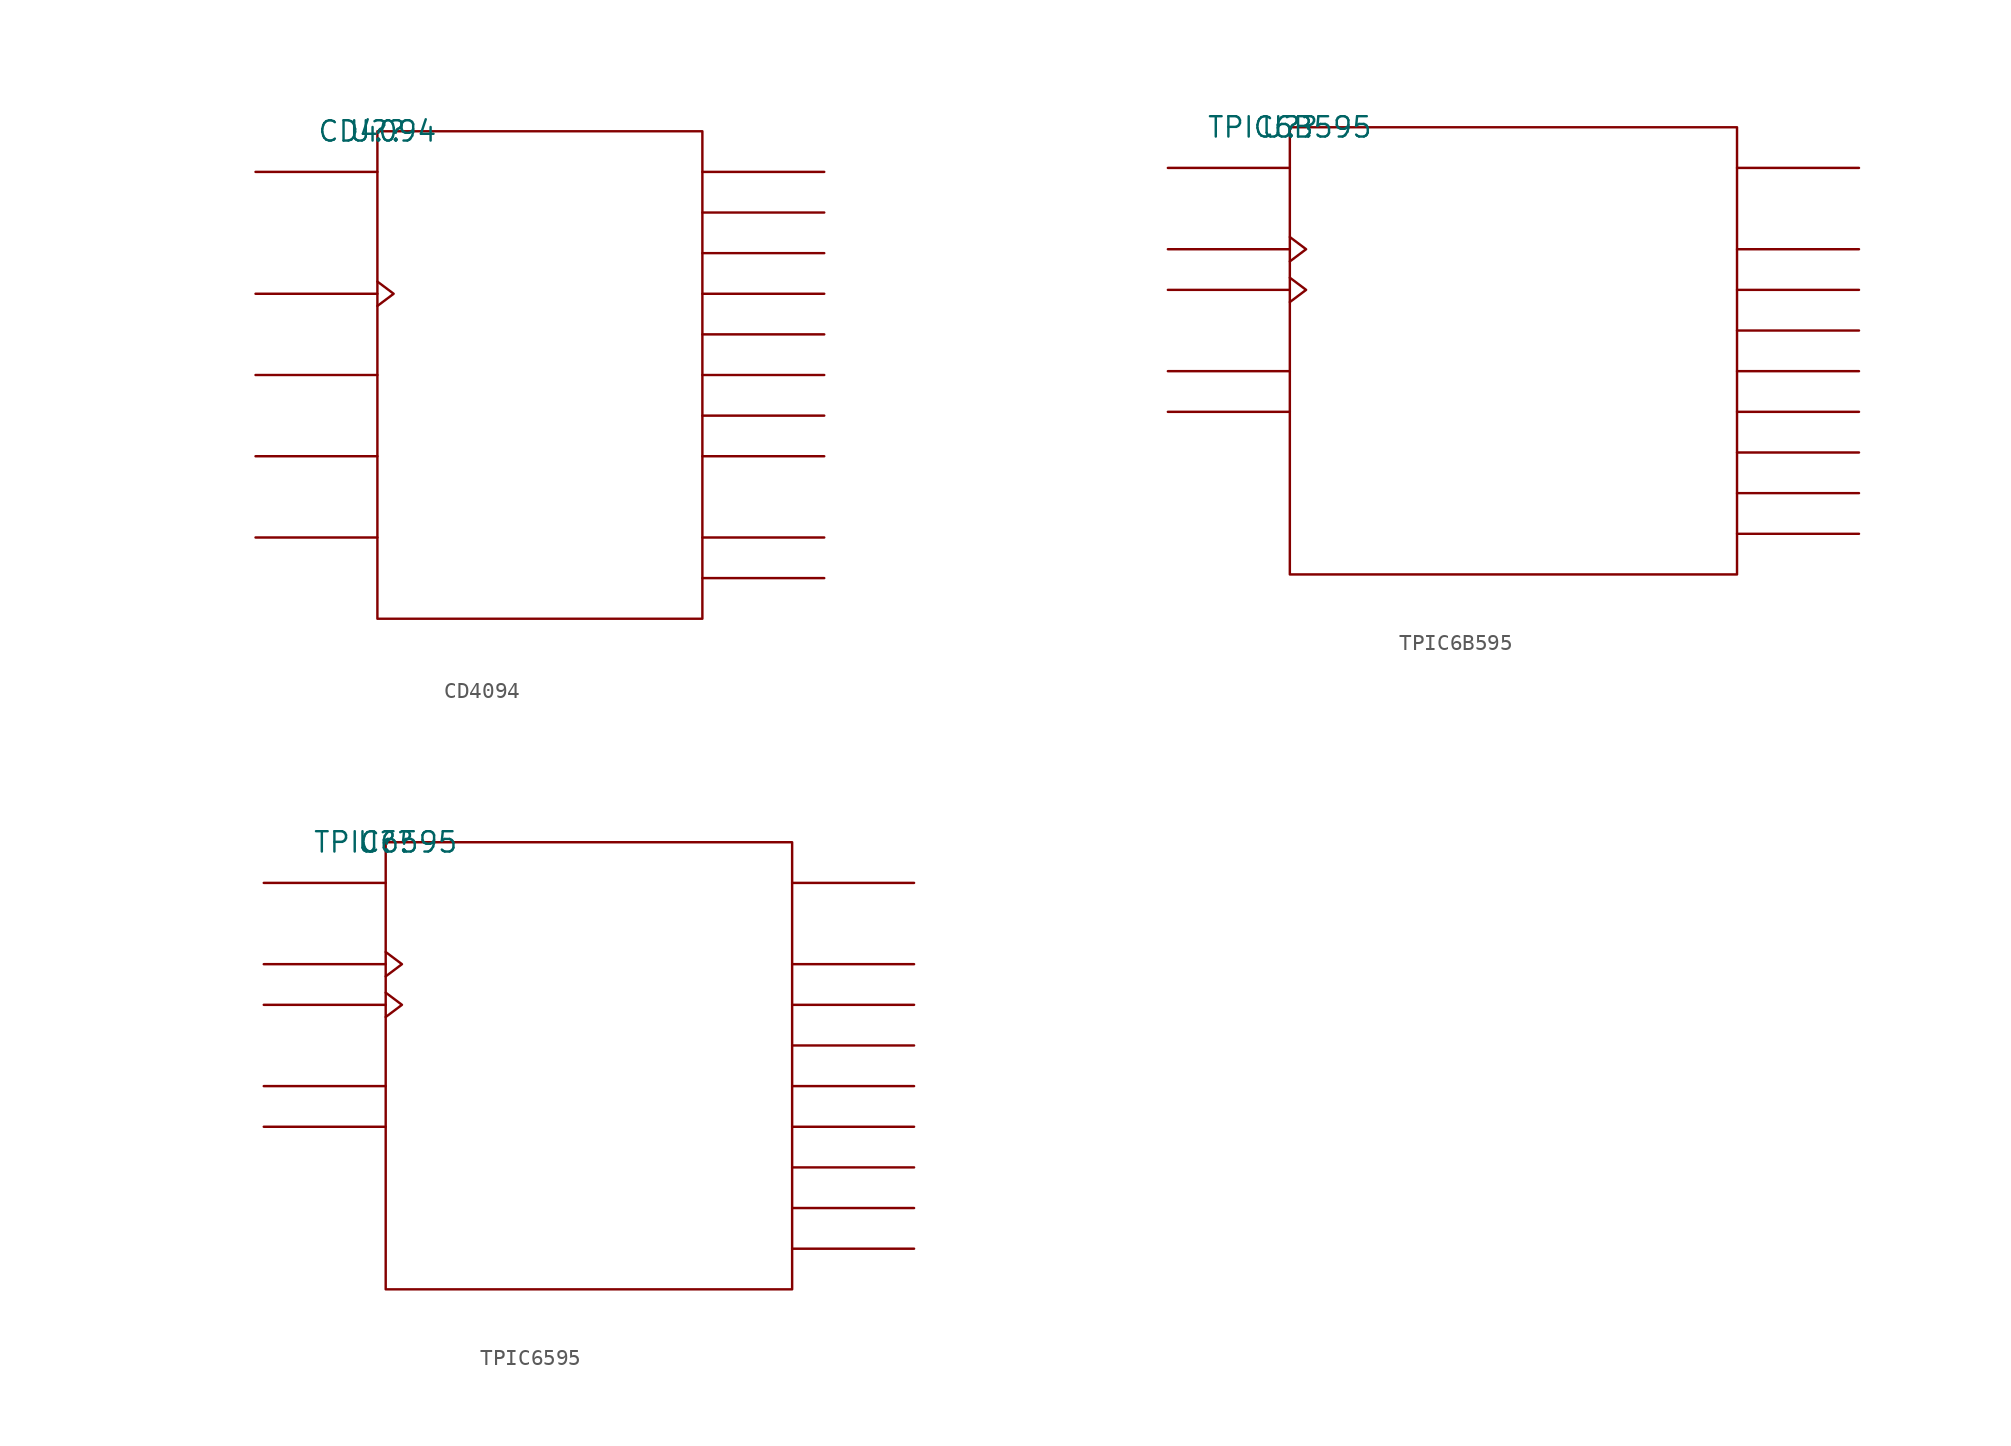
<source format=kicad_sym>
(kicad_symbol_lib
  (version 20211014)
  (generator kicad_symbol_editor)
  (symbol "CD4094"
    (pin_names
      (offset 0.762))
    (property "Reference" "U?"
      (at 0 0 0)
      (effects (font (size 1.27 1.27))))
    (property "Value" "CD4094"
      (at 0 0 0)
      (effects (font (size 1.27 1.27))))
    (symbol "CD4094_0_1"
      (rectangle (start 0 -30.48) (end 20.32 0) (stroke (width 0) (type default) (color 0 0 0 0)) (fill (type none)))
      (polyline (pts (xy 0 -25.4) (xy -7.62 -25.4)) (stroke (width 0) (type default) (color 0 0 0 0)) (fill (type none)))
      (polyline (pts (xy 0 -20.32) (xy -7.62 -20.32)) (stroke (width 0) (type default) (color 0 0 0 0)) (fill (type none)))
      (polyline (pts (xy 0 -15.24) (xy -7.62 -15.24)) (stroke (width 0) (type default) (color 0 0 0 0)) (fill (type none)))
      (polyline (pts (xy 0 -10.16) (xy -7.62 -10.16)) (stroke (width 0) (type default) (color 0 0 0 0)) (fill (type none)))
      (polyline (pts (xy 0 -2.54) (xy -7.62 -2.54)) (stroke (width 0) (type default) (color 0 0 0 0)) (fill (type none)))
      (polyline (pts (xy 20.32 -27.94) (xy 27.94 -27.94)) (stroke (width 0) (type default) (color 0 0 0 0)) (fill (type none)))
      (polyline (pts (xy 20.32 -25.4) (xy 27.94 -25.4)) (stroke (width 0) (type default) (color 0 0 0 0)) (fill (type none)))
      (polyline (pts (xy 20.32 -20.32) (xy 27.94 -20.32)) (stroke (width 0) (type default) (color 0 0 0 0)) (fill (type none)))
      (polyline (pts (xy 20.32 -17.78) (xy 27.94 -17.78)) (stroke (width 0) (type default) (color 0 0 0 0)) (fill (type none)))
      (polyline (pts (xy 20.32 -15.24) (xy 27.94 -15.24)) (stroke (width 0) (type default) (color 0 0 0 0)) (fill (type none)))
      (polyline (pts (xy 20.32 -12.7) (xy 27.94 -12.7)) (stroke (width 0) (type default) (color 0 0 0 0)) (fill (type none)))
      (polyline (pts (xy 20.32 -10.16) (xy 27.94 -10.16)) (stroke (width 0) (type default) (color 0 0 0 0)) (fill (type none)))
      (polyline (pts (xy 20.32 -7.62) (xy 27.94 -7.62)) (stroke (width 0) (type default) (color 0 0 0 0)) (fill (type none)))
      (polyline (pts (xy 20.32 -5.08) (xy 27.94 -5.08)) (stroke (width 0) (type default) (color 0 0 0 0)) (fill (type none)))
      (polyline (pts (xy 20.32 -2.54) (xy 27.94 -2.54)) (stroke (width 0) (type default) (color 0 0 0 0)) (fill (type none)))
      (polyline (pts (xy 0 -9.398) (xy 1.016 -10.16) (xy 0 -10.922)) (stroke (width 0) (type default) (color 0 0 0 0)) (fill (type none))))
    (symbol "CD4094_1_1"
      (pin unspecified line (at -7.62 -15.24 0) (length 7.62) hide (name "STROBE" (effects (font (size 1.245 1.245)))) (number "1" (effects (font (size 1.245 1.245)))))
      (pin unspecified line (at 27.94 -27.94 180) (length 7.62) hide (name "Q'S" (effects (font (size 1.245 1.245)))) (number "10" (effects (font (size 1.245 1.245)))))
      (pin unspecified line (at 27.94 -20.32 180) (length 7.62) hide (name "Q8" (effects (font (size 1.245 1.245)))) (number "11" (effects (font (size 1.245 1.245)))))
      (pin unspecified line (at 27.94 -17.78 180) (length 7.62) hide (name "Q7" (effects (font (size 1.245 1.245)))) (number "12" (effects (font (size 1.245 1.245)))))
      (pin unspecified line (at 27.94 -15.24 180) (length 7.62) hide (name "Q6" (effects (font (size 1.245 1.245)))) (number "13" (effects (font (size 1.245 1.245)))))
      (pin unspecified line (at 27.94 -12.7 180) (length 7.62) hide (name "Q5" (effects (font (size 1.245 1.245)))) (number "14" (effects (font (size 1.245 1.245)))))
      (pin unspecified line (at -7.62 -20.32 0) (length 7.62) hide (name "OE" (effects (font (size 1.245 1.245)))) (number "15" (effects (font (size 1.245 1.245)))))
      (pin power_in line (at -7.62 -25.4 0) (length 7.62) hide (name "VDD" (effects (font (size 1.245 1.245)))) (number "16" (effects (font (size 1.245 1.245)))))
      (pin unspecified line (at -7.62 -2.54 0) (length 7.62) hide (name "DATA" (effects (font (size 1.245 1.245)))) (number "2" (effects (font (size 1.245 1.245)))))
      (pin unspecified line (at -7.62 -10.16 180) (length 7.62) hide (name "CLK" (effects (font (size 1.245 1.245)))) (number "3" (effects (font (size 1.245 1.245)))))
      (pin unspecified line (at 27.94 -2.54 180) (length 7.62) hide (name "Q1" (effects (font (size 1.245 1.245)))) (number "4" (effects (font (size 1.245 1.245)))))
      (pin unspecified line (at 27.94 -5.08 180) (length 7.62) hide (name "Q2" (effects (font (size 1.245 1.245)))) (number "5" (effects (font (size 1.245 1.245)))))
      (pin unspecified line (at 27.94 -7.62 180) (length 7.62) hide (name "Q3" (effects (font (size 1.245 1.245)))) (number "6" (effects (font (size 1.245 1.245)))))
      (pin unspecified line (at 27.94 -10.16 180) (length 7.62) hide (name "Q4" (effects (font (size 1.245 1.245)))) (number "7" (effects (font (size 1.245 1.245)))))
      (pin power_in line (at 12.7 -30.48 0) (length 7.62) hide (name "GND" (effects (font (size 1.245 1.245)))) (number "8" (effects (font (size 1.245 1.245)))))
      (pin unspecified line (at 27.94 -25.4 180) (length 7.62) hide (name "QS" (effects (font (size 1.245 1.245)))) (number "9" (effects (font (size 1.245 1.245)))))))
  (symbol "TPIC6B595"
    (pin_names
      (offset 0.762))
    (property "Reference" "U?"
      (at 0 0 0)
      (effects (font (size 1.27 1.27))))
    (property "Value" "TPIC6B595"
      (at 0 0 0)
      (effects (font (size 1.27 1.27))))
    (symbol "TPIC6B595_0_1"
      (rectangle (start 0 -27.94) (end 27.94 0) (stroke (width 0) (type default) (color 0 0 0 0)) (fill (type none)))
      (polyline (pts (xy 0 -17.78) (xy -7.62 -17.78)) (stroke (width 0) (type default) (color 0 0 0 0)) (fill (type none)))
      (polyline (pts (xy 0 -15.24) (xy -7.62 -15.24)) (stroke (width 0) (type default) (color 0 0 0 0)) (fill (type none)))
      (polyline (pts (xy 0 -10.16) (xy -7.62 -10.16)) (stroke (width 0) (type default) (color 0 0 0 0)) (fill (type none)))
      (polyline (pts (xy 0 -7.62) (xy -7.62 -7.62)) (stroke (width 0) (type default) (color 0 0 0 0)) (fill (type none)))
      (polyline (pts (xy 0 -2.54) (xy -7.62 -2.54)) (stroke (width 0) (type default) (color 0 0 0 0)) (fill (type none)))
      (polyline (pts (xy 27.94 -25.4) (xy 35.56 -25.4)) (stroke (width 0) (type default) (color 0 0 0 0)) (fill (type none)))
      (polyline (pts (xy 27.94 -22.86) (xy 35.56 -22.86)) (stroke (width 0) (type default) (color 0 0 0 0)) (fill (type none)))
      (polyline (pts (xy 27.94 -20.32) (xy 35.56 -20.32)) (stroke (width 0) (type default) (color 0 0 0 0)) (fill (type none)))
      (polyline (pts (xy 27.94 -17.78) (xy 35.56 -17.78)) (stroke (width 0) (type default) (color 0 0 0 0)) (fill (type none)))
      (polyline (pts (xy 27.94 -15.24) (xy 35.56 -15.24)) (stroke (width 0) (type default) (color 0 0 0 0)) (fill (type none)))
      (polyline (pts (xy 27.94 -12.7) (xy 35.56 -12.7)) (stroke (width 0) (type default) (color 0 0 0 0)) (fill (type none)))
      (polyline (pts (xy 27.94 -10.16) (xy 35.56 -10.16)) (stroke (width 0) (type default) (color 0 0 0 0)) (fill (type none)))
      (polyline (pts (xy 27.94 -7.62) (xy 35.56 -7.62)) (stroke (width 0) (type default) (color 0 0 0 0)) (fill (type none)))
      (polyline (pts (xy 27.94 -2.54) (xy 35.56 -2.54)) (stroke (width 0) (type default) (color 0 0 0 0)) (fill (type none)))
      (polyline (pts (xy 0 -9.398) (xy 1.016 -10.16) (xy 0 -10.922)) (stroke (width 0) (type default) (color 0 0 0 0)) (fill (type none)))
      (polyline (pts (xy 0 -6.858) (xy 1.016 -7.62) (xy 0 -8.382)) (stroke (width 0) (type default) (color 0 0 0 0)) (fill (type none))))
    (symbol "TPIC6B595_1_1"
      (pin power_in line (at 5.08 -27.94 180) (length 7.62) hide (name "GND" (effects (font (size 1.245 1.245)))) (number "10" (effects (font (size 1.245 1.245)))))
      (pin power_in line (at 7.62 -27.94 180) (length 7.62) hide (name "GND" (effects (font (size 1.245 1.245)))) (number "11" (effects (font (size 1.245 1.245)))))
      (pin unspecified line (at -7.62 -7.62 180) (length 7.62) hide (name "RCLK" (effects (font (size 1.245 1.245)))) (number "12" (effects (font (size 1.245 1.245)))))
      (pin unspecified line (at -7.62 -10.16 180) (length 7.62) hide (name "SRCLK" (effects (font (size 1.245 1.245)))) (number "13" (effects (font (size 1.245 1.245)))))
      (pin unspecified line (at 35.56 -17.78 180) (length 7.62) hide (name "DRAIN4" (effects (font (size 1.245 1.245)))) (number "14" (effects (font (size 1.245 1.245)))))
      (pin unspecified line (at 35.56 -20.32 180) (length 7.62) hide (name "DRAIN5" (effects (font (size 1.245 1.245)))) (number "15" (effects (font (size 1.245 1.245)))))
      (pin unspecified line (at 35.56 -22.86 180) (length 7.62) hide (name "DRAIN6" (effects (font (size 1.245 1.245)))) (number "16" (effects (font (size 1.245 1.245)))))
      (pin unspecified line (at 35.56 -25.4 180) (length 7.62) hide (name "DRAIN7" (effects (font (size 1.245 1.245)))) (number "17" (effects (font (size 1.245 1.245)))))
      (pin unspecified line (at 35.56 -2.54 180) (length 7.62) hide (name "SDO" (effects (font (size 1.245 1.245)))) (number "18" (effects (font (size 1.245 1.245)))))
      (pin power_in line (at 10.16 -27.94 180) (length 7.62) hide (name "GND" (effects (font (size 1.245 1.245)))) (number "19" (effects (font (size 1.245 1.245)))))
      (pin power_in line (at 10.16 0 0) (length 7.62) hide (name "VCC" (effects (font (size 1.245 1.245)))) (number "2" (effects (font (size 1.245 1.245)))))
      (pin unspecified line (at -7.62 -2.54 0) (length 7.62) hide (name "SDI" (effects (font (size 1.245 1.245)))) (number "3" (effects (font (size 1.245 1.245)))))
      (pin unspecified line (at 35.56 -7.62 180) (length 7.62) hide (name "DRAIN0" (effects (font (size 1.245 1.245)))) (number "4" (effects (font (size 1.245 1.245)))))
      (pin unspecified line (at 35.56 -10.16 180) (length 7.62) hide (name "DRAIN1" (effects (font (size 1.245 1.245)))) (number "5" (effects (font (size 1.245 1.245)))))
      (pin unspecified line (at 35.56 -12.7 180) (length 7.62) hide (name "DRAIN2" (effects (font (size 1.245 1.245)))) (number "6" (effects (font (size 1.245 1.245)))))
      (pin unspecified line (at 35.56 -15.24 180) (length 7.62) hide (name "DRAIN3" (effects (font (size 1.245 1.245)))) (number "7" (effects (font (size 1.245 1.245)))))
      (pin unspecified line (at -7.62 -17.78 0) (length 7.62) hide (name "S\\R\\C\\L\\R\\" (effects (font (size 1.245 1.245)))) (number "8" (effects (font (size 1.245 1.245)))))
      (pin unspecified line (at -7.62 -15.24 0) (length 7.62) hide (name "G\\" (effects (font (size 1.245 1.245)))) (number "9" (effects (font (size 1.245 1.245)))))))
  (symbol "TPIC6595"
    (pin_names
      (offset 0.762))
    (property "Reference" "U?"
      (at 0 0 0)
      (effects (font (size 1.27 1.27))))
    (property "Value" "TPIC6595"
      (at 0 0 0)
      (effects (font (size 1.27 1.27))))
    (symbol "TPIC6595_0_1"
      (rectangle (start 0 -27.94) (end 25.4 0) (stroke (width 0) (type default) (color 0 0 0 0)) (fill (type none)))
      (polyline (pts (xy 0 -17.78) (xy -7.62 -17.78)) (stroke (width 0) (type default) (color 0 0 0 0)) (fill (type none)))
      (polyline (pts (xy 0 -15.24) (xy -7.62 -15.24)) (stroke (width 0) (type default) (color 0 0 0 0)) (fill (type none)))
      (polyline (pts (xy 0 -10.16) (xy -7.62 -10.16)) (stroke (width 0) (type default) (color 0 0 0 0)) (fill (type none)))
      (polyline (pts (xy 0 -7.62) (xy -7.62 -7.62)) (stroke (width 0) (type default) (color 0 0 0 0)) (fill (type none)))
      (polyline (pts (xy 0 -2.54) (xy -7.62 -2.54)) (stroke (width 0) (type default) (color 0 0 0 0)) (fill (type none)))
      (polyline (pts (xy 25.4 -25.4) (xy 33.02 -25.4)) (stroke (width 0) (type default) (color 0 0 0 0)) (fill (type none)))
      (polyline (pts (xy 25.4 -22.86) (xy 33.02 -22.86)) (stroke (width 0) (type default) (color 0 0 0 0)) (fill (type none)))
      (polyline (pts (xy 25.4 -20.32) (xy 33.02 -20.32)) (stroke (width 0) (type default) (color 0 0 0 0)) (fill (type none)))
      (polyline (pts (xy 25.4 -17.78) (xy 33.02 -17.78)) (stroke (width 0) (type default) (color 0 0 0 0)) (fill (type none)))
      (polyline (pts (xy 25.4 -15.24) (xy 33.02 -15.24)) (stroke (width 0) (type default) (color 0 0 0 0)) (fill (type none)))
      (polyline (pts (xy 25.4 -12.7) (xy 33.02 -12.7)) (stroke (width 0) (type default) (color 0 0 0 0)) (fill (type none)))
      (polyline (pts (xy 25.4 -10.16) (xy 33.02 -10.16)) (stroke (width 0) (type default) (color 0 0 0 0)) (fill (type none)))
      (polyline (pts (xy 25.4 -7.62) (xy 33.02 -7.62)) (stroke (width 0) (type default) (color 0 0 0 0)) (fill (type none)))
      (polyline (pts (xy 25.4 -2.54) (xy 33.02 -2.54)) (stroke (width 0) (type default) (color 0 0 0 0)) (fill (type none)))
      (polyline (pts (xy 0 -9.398) (xy 1.016 -10.16) (xy 0 -10.922)) (stroke (width 0) (type default) (color 0 0 0 0)) (fill (type none)))
      (polyline (pts (xy 0 -6.858) (xy 1.016 -7.62) (xy 0 -8.382)) (stroke (width 0) (type default) (color 0 0 0 0)) (fill (type none))))
    (symbol "TPIC6595_1_1"
      (pin power_in line (at 2.54 -27.94 180) (length 7.62) hide (name "GND" (effects (font (size 1.245 1.245)))) (number "1" (effects (font (size 1.245 1.245)))))
      (pin power_in line (at 5.08 -27.94 180) (length 7.62) hide (name "GND" (effects (font (size 1.245 1.245)))) (number "10" (effects (font (size 1.245 1.245)))))
      (pin power_in line (at 7.62 -27.94 180) (length 7.62) hide (name "GND" (effects (font (size 1.245 1.245)))) (number "11" (effects (font (size 1.245 1.245)))))
      (pin unspecified line (at -7.62 -7.62 180) (length 7.62) hide (name "RCLK" (effects (font (size 1.245 1.245)))) (number "12" (effects (font (size 1.245 1.245)))))
      (pin unspecified line (at -7.62 -10.16 180) (length 7.62) hide (name "SRCLK" (effects (font (size 1.245 1.245)))) (number "13" (effects (font (size 1.245 1.245)))))
      (pin unspecified line (at 33.02 -17.78 180) (length 7.62) hide (name "DRAIN4" (effects (font (size 1.245 1.245)))) (number "14" (effects (font (size 1.245 1.245)))))
      (pin unspecified line (at 33.02 -20.32 180) (length 7.62) hide (name "DRAIN5" (effects (font (size 1.245 1.245)))) (number "15" (effects (font (size 1.245 1.245)))))
      (pin unspecified line (at 33.02 -22.86 180) (length 7.62) hide (name "DRAIN6" (effects (font (size 1.245 1.245)))) (number "16" (effects (font (size 1.245 1.245)))))
      (pin unspecified line (at 33.02 -25.4 180) (length 7.62) hide (name "DRAIN7" (effects (font (size 1.245 1.245)))) (number "17" (effects (font (size 1.245 1.245)))))
      (pin unspecified line (at 33.02 -2.54 180) (length 7.62) hide (name "SDO" (effects (font (size 1.245 1.245)))) (number "18" (effects (font (size 1.245 1.245)))))
      (pin power_in line (at 10.16 -27.94 180) (length 7.62) hide (name "GND" (effects (font (size 1.245 1.245)))) (number "19" (effects (font (size 1.245 1.245)))))
      (pin power_in line (at 10.16 0 0) (length 7.62) hide (name "VCC" (effects (font (size 1.245 1.245)))) (number "2" (effects (font (size 1.245 1.245)))))
      (pin power_in line (at 12.7 -27.94 180) (length 7.62) hide (name "GND" (effects (font (size 1.245 1.245)))) (number "20" (effects (font (size 1.245 1.245)))))
      (pin unspecified line (at -7.62 -2.54 0) (length 7.62) hide (name "SDI" (effects (font (size 1.245 1.245)))) (number "3" (effects (font (size 1.245 1.245)))))
      (pin unspecified line (at 33.02 -7.62 180) (length 7.62) hide (name "DRAIN0" (effects (font (size 1.245 1.245)))) (number "4" (effects (font (size 1.245 1.245)))))
      (pin unspecified line (at 33.02 -10.16 180) (length 7.62) hide (name "DRAIN1" (effects (font (size 1.245 1.245)))) (number "5" (effects (font (size 1.245 1.245)))))
      (pin unspecified line (at 33.02 -12.7 180) (length 7.62) hide (name "DRAIN2" (effects (font (size 1.245 1.245)))) (number "6" (effects (font (size 1.245 1.245)))))
      (pin unspecified line (at 33.02 -15.24 180) (length 7.62) hide (name "DRAIN3" (effects (font (size 1.245 1.245)))) (number "7" (effects (font (size 1.245 1.245)))))
      (pin unspecified line (at -7.62 -17.78 0) (length 7.62) hide (name "S\\R\\C\\L\\R\\" (effects (font (size 1.245 1.245)))) (number "8" (effects (font (size 1.245 1.245)))))
      (pin unspecified line (at -7.62 -15.24 0) (length 7.62) hide (name "G\\" (effects (font (size 1.245 1.245)))) (number "9" (effects (font (size 1.245 1.245))))))))
</source>
